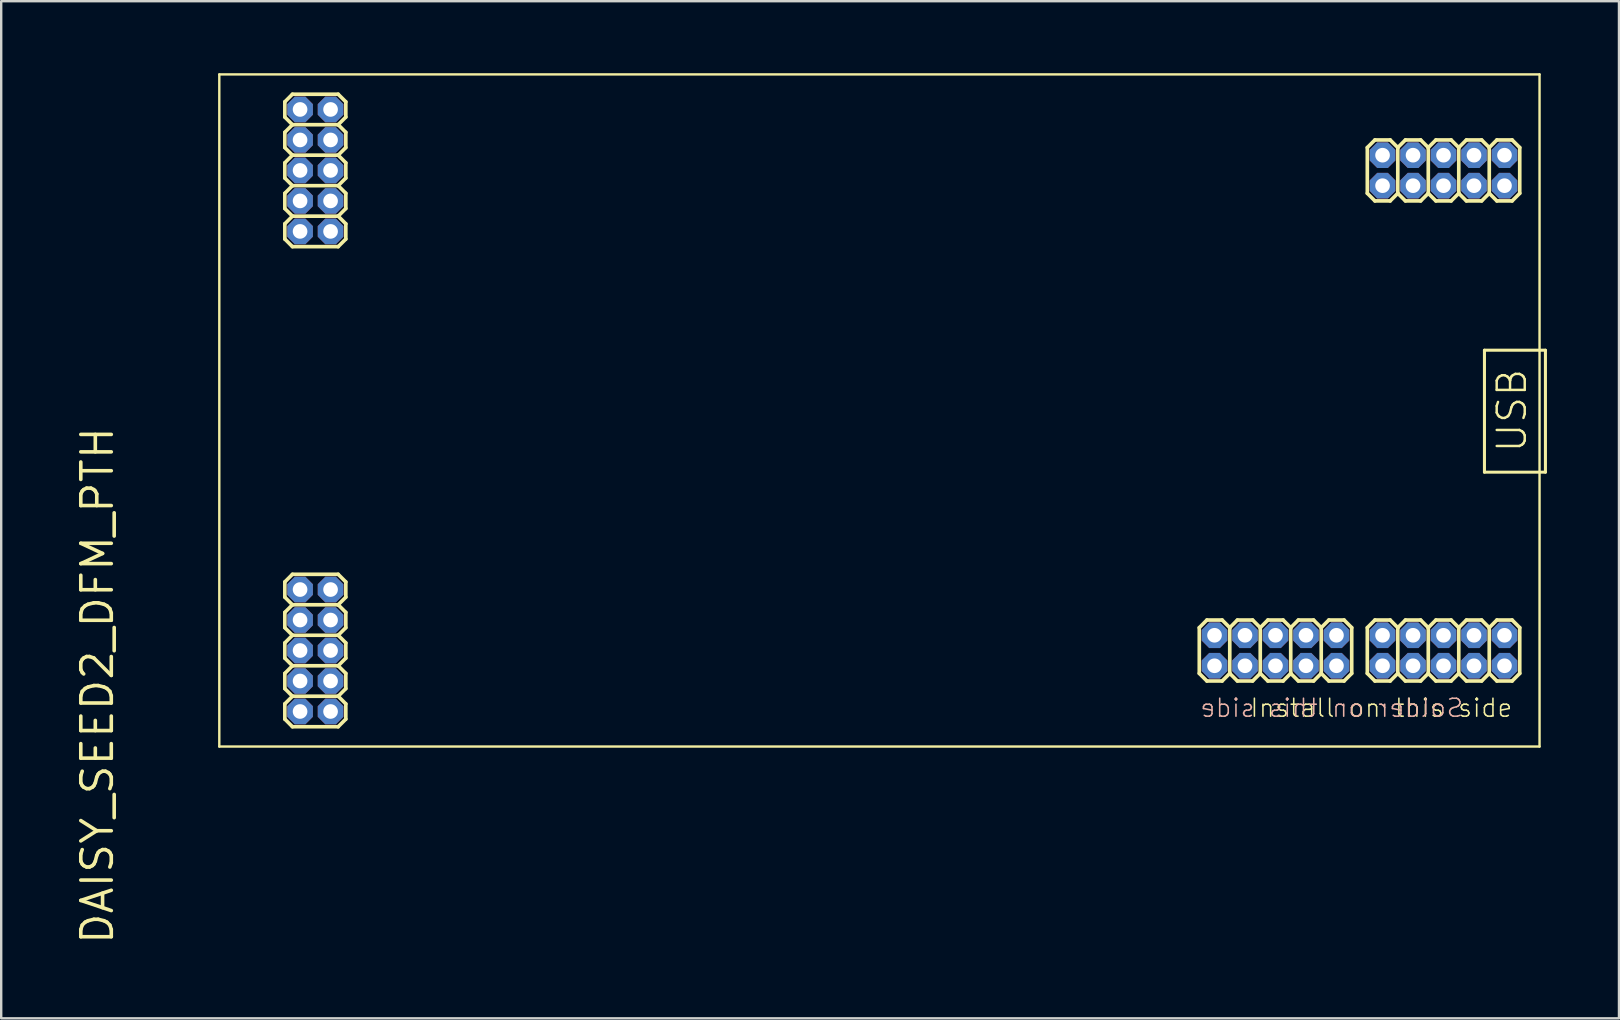
<source format=kicad_pcb>
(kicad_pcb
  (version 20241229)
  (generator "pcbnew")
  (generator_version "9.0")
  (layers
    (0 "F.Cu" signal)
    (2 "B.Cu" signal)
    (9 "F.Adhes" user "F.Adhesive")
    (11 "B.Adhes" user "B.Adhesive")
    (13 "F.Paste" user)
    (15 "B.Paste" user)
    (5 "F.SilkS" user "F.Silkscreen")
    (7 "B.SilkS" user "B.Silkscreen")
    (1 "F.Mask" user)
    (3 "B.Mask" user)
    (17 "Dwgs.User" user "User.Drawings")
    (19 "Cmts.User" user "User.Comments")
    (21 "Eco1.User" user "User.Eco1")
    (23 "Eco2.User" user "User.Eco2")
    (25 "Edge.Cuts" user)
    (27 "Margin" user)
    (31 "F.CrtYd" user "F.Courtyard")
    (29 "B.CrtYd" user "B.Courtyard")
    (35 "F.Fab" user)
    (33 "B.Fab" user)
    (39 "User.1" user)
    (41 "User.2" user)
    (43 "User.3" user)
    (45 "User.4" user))
  (footprint "DAISY_SEED2_DFM_PTH"
    (layer "F.Cu")
    (at 6.086 28.05)
    (property "Reference" "DAISY_SEED2_DFM_PTH" (at -5.08 -2.54 90) (unlocked yes) (layer "F.SilkS") (effects (font (size 1.27 1.27) (thickness 0.15))))
    (fp_line (start 0 -28) (end 55 -28) (stroke (width 0.1) (type solid)) (layer "F.SilkS"))
    (fp_line (start 0 0) (end 0 -28) (stroke (width 0.1) (type solid)) (layer "F.SilkS"))
    (fp_line (start 2.73 -26.858) (end 2.73 -26.223) (stroke (width 0.152) (type solid)) (layer "F.SilkS"))
    (fp_line (start 2.73 -26.223) (end 3.047 -25.905) (stroke (width 0.152) (type solid)) (layer "F.SilkS"))
    (fp_line (start 2.73 -25.587) (end 2.73 -24.953) (stroke (width 0.152) (type solid)) (layer "F.SilkS"))
    (fp_line (start 2.73 -24.953) (end 3.047 -24.635) (stroke (width 0.152) (type solid)) (layer "F.SilkS"))
    (fp_line (start 2.73 -24.317) (end 2.73 -23.683) (stroke (width 0.152) (type solid)) (layer "F.SilkS"))
    (fp_line (start 2.73 -23.683) (end 3.047 -23.365) (stroke (width 0.152) (type solid)) (layer "F.SilkS"))
    (fp_line (start 2.73 -23.047) (end 2.73 -22.413) (stroke (width 0.152) (type solid)) (layer "F.SilkS"))
    (fp_line (start 2.73 -22.413) (end 3.047 -22.095) (stroke (width 0.152) (type solid)) (layer "F.SilkS"))
    (fp_line (start 2.73 -21.777) (end 2.73 -21.142) (stroke (width 0.152) (type solid)) (layer "F.SilkS"))
    (fp_line (start 2.73 -21.142) (end 3.047 -20.825) (stroke (width 0.152) (type solid)) (layer "F.SilkS"))
    (fp_line (start 2.73 -6.857) (end 2.73 -6.223) (stroke (width 0.152) (type solid)) (layer "F.SilkS"))
    (fp_line (start 2.73 -6.223) (end 3.047 -5.905) (stroke (width 0.152) (type solid)) (layer "F.SilkS"))
    (fp_line (start 2.73 -5.588) (end 2.73 -4.952) (stroke (width 0.152) (type solid)) (layer "F.SilkS"))
    (fp_line (start 2.73 -4.952) (end 3.047 -4.635) (stroke (width 0.152) (type solid)) (layer "F.SilkS"))
    (fp_line (start 2.73 -4.317) (end 2.73 -3.683) (stroke (width 0.152) (type solid)) (layer "F.SilkS"))
    (fp_line (start 2.73 -3.683) (end 3.047 -3.365) (stroke (width 0.152) (type solid)) (layer "F.SilkS"))
    (fp_line (start 2.73 -3.047) (end 2.73 -2.413) (stroke (width 0.152) (type solid)) (layer "F.SilkS"))
    (fp_line (start 2.73 -2.413) (end 3.047 -2.095) (stroke (width 0.152) (type solid)) (layer "F.SilkS"))
    (fp_line (start 2.73 -1.778) (end 2.73 -1.143) (stroke (width 0.152) (type solid)) (layer "F.SilkS"))
    (fp_line (start 2.73 -1.143) (end 3.047 -0.825) (stroke (width 0.152) (type solid)) (layer "F.SilkS"))
    (fp_line (start 3.047 -27.175) (end 2.73 -26.858) (stroke (width 0.152) (type solid)) (layer "F.SilkS"))
    (fp_line (start 3.047 -25.905) (end 2.73 -25.587) (stroke (width 0.152) (type solid)) (layer "F.SilkS"))
    (fp_line (start 3.047 -25.905) (end 4.952 -25.905) (stroke (width 0.152) (type solid)) (layer "F.SilkS"))
    (fp_line (start 3.047 -24.635) (end 2.73 -24.317) (stroke (width 0.152) (type solid)) (layer "F.SilkS"))
    (fp_line (start 3.047 -24.635) (end 4.952 -24.635) (stroke (width 0.152) (type solid)) (layer "F.SilkS"))
    (fp_line (start 3.047 -23.365) (end 2.73 -23.047) (stroke (width 0.152) (type solid)) (layer "F.SilkS"))
    (fp_line (start 3.047 -23.365) (end 4.952 -23.365) (stroke (width 0.152) (type solid)) (layer "F.SilkS"))
    (fp_line (start 3.047 -22.095) (end 2.73 -21.777) (stroke (width 0.152) (type solid)) (layer "F.SilkS"))
    (fp_line (start 3.047 -22.095) (end 4.952 -22.095) (stroke (width 0.152) (type solid)) (layer "F.SilkS"))
    (fp_line (start 3.047 -20.825) (end 4.952 -20.825) (stroke (width 0.152) (type solid)) (layer "F.SilkS"))
    (fp_line (start 3.047 -7.175) (end 2.73 -6.857) (stroke (width 0.152) (type solid)) (layer "F.SilkS"))
    (fp_line (start 3.047 -5.905) (end 2.73 -5.588) (stroke (width 0.152) (type solid)) (layer "F.SilkS"))
    (fp_line (start 3.047 -5.905) (end 4.952 -5.905) (stroke (width 0.152) (type solid)) (layer "F.SilkS"))
    (fp_line (start 3.047 -4.635) (end 2.73 -4.317) (stroke (width 0.152) (type solid)) (layer "F.SilkS"))
    (fp_line (start 3.047 -4.635) (end 4.952 -4.635) (stroke (width 0.152) (type solid)) (layer "F.SilkS"))
    (fp_line (start 3.047 -3.365) (end 2.73 -3.047) (stroke (width 0.152) (type solid)) (layer "F.SilkS"))
    (fp_line (start 3.047 -3.365) (end 4.952 -3.365) (stroke (width 0.152) (type solid)) (layer "F.SilkS"))
    (fp_line (start 3.047 -2.095) (end 2.73 -1.778) (stroke (width 0.152) (type solid)) (layer "F.SilkS"))
    (fp_line (start 3.047 -2.095) (end 4.952 -2.095) (stroke (width 0.152) (type solid)) (layer "F.SilkS"))
    (fp_line (start 3.047 -0.825) (end 4.952 -0.825) (stroke (width 0.152) (type solid)) (layer "F.SilkS"))
    (fp_line (start 4.952 -27.175) (end 3.047 -27.175) (stroke (width 0.152) (type solid)) (layer "F.SilkS"))
    (fp_line (start 4.952 -27.175) (end 5.27 -26.858) (stroke (width 0.152) (type solid)) (layer "F.SilkS"))
    (fp_line (start 4.952 -25.905) (end 5.27 -25.587) (stroke (width 0.152) (type solid)) (layer "F.SilkS"))
    (fp_line (start 4.952 -24.635) (end 5.27 -24.317) (stroke (width 0.152) (type solid)) (layer "F.SilkS"))
    (fp_line (start 4.952 -23.365) (end 5.27 -23.047) (stroke (width 0.152) (type solid)) (layer "F.SilkS"))
    (fp_line (start 4.952 -22.095) (end 5.27 -21.777) (stroke (width 0.152) (type solid)) (layer "F.SilkS"))
    (fp_line (start 4.952 -7.175) (end 3.047 -7.175) (stroke (width 0.152) (type solid)) (layer "F.SilkS"))
    (fp_line (start 4.952 -7.175) (end 5.27 -6.857) (stroke (width 0.152) (type solid)) (layer "F.SilkS"))
    (fp_line (start 4.952 -5.905) (end 5.27 -5.588) (stroke (width 0.152) (type solid)) (layer "F.SilkS"))
    (fp_line (start 4.952 -4.635) (end 5.27 -4.317) (stroke (width 0.152) (type solid)) (layer "F.SilkS"))
    (fp_line (start 4.952 -3.365) (end 5.27 -3.047) (stroke (width 0.152) (type solid)) (layer "F.SilkS"))
    (fp_line (start 4.952 -2.095) (end 5.27 -1.778) (stroke (width 0.152) (type solid)) (layer "F.SilkS"))
    (fp_line (start 5.27 -26.858) (end 5.27 -26.223) (stroke (width 0.152) (type solid)) (layer "F.SilkS"))
    (fp_line (start 5.27 -26.223) (end 4.952 -25.905) (stroke (width 0.152) (type solid)) (layer "F.SilkS"))
    (fp_line (start 5.27 -25.587) (end 5.27 -24.953) (stroke (width 0.152) (type solid)) (layer "F.SilkS"))
    (fp_line (start 5.27 -24.953) (end 4.952 -24.635) (stroke (width 0.152) (type solid)) (layer "F.SilkS"))
    (fp_line (start 5.27 -24.317) (end 5.27 -23.683) (stroke (width 0.152) (type solid)) (layer "F.SilkS"))
    (fp_line (start 5.27 -23.683) (end 4.952 -23.365) (stroke (width 0.152) (type solid)) (layer "F.SilkS"))
    (fp_line (start 5.27 -23.047) (end 5.27 -22.413) (stroke (width 0.152) (type solid)) (layer "F.SilkS"))
    (fp_line (start 5.27 -22.413) (end 4.952 -22.095) (stroke (width 0.152) (type solid)) (layer "F.SilkS"))
    (fp_line (start 5.27 -21.777) (end 5.27 -21.142) (stroke (width 0.152) (type solid)) (layer "F.SilkS"))
    (fp_line (start 5.27 -21.142) (end 4.952 -20.825) (stroke (width 0.152) (type solid)) (layer "F.SilkS"))
    (fp_line (start 5.27 -6.857) (end 5.27 -6.223) (stroke (width 0.152) (type solid)) (layer "F.SilkS"))
    (fp_line (start 5.27 -6.223) (end 4.952 -5.905) (stroke (width 0.152) (type solid)) (layer "F.SilkS"))
    (fp_line (start 5.27 -5.588) (end 5.27 -4.952) (stroke (width 0.152) (type solid)) (layer "F.SilkS"))
    (fp_line (start 5.27 -4.952) (end 4.952 -4.635) (stroke (width 0.152) (type solid)) (layer "F.SilkS"))
    (fp_line (start 5.27 -4.317) (end 5.27 -3.683) (stroke (width 0.152) (type solid)) (layer "F.SilkS"))
    (fp_line (start 5.27 -3.683) (end 4.952 -3.365) (stroke (width 0.152) (type solid)) (layer "F.SilkS"))
    (fp_line (start 5.27 -3.047) (end 5.27 -2.413) (stroke (width 0.152) (type solid)) (layer "F.SilkS"))
    (fp_line (start 5.27 -2.413) (end 4.952 -2.095) (stroke (width 0.152) (type solid)) (layer "F.SilkS"))
    (fp_line (start 5.27 -1.778) (end 5.27 -1.143) (stroke (width 0.152) (type solid)) (layer "F.SilkS"))
    (fp_line (start 5.27 -1.143) (end 4.952 -0.825) (stroke (width 0.152) (type solid)) (layer "F.SilkS"))
    (fp_line (start 40.825 -4.952) (end 40.825 -3.047) (stroke (width 0.152) (type solid)) (layer "F.SilkS"))
    (fp_line (start 41.142 -5.27) (end 40.825 -4.952) (stroke (width 0.152) (type solid)) (layer "F.SilkS"))
    (fp_line (start 41.142 -2.73) (end 40.825 -3.047) (stroke (width 0.152) (type solid)) (layer "F.SilkS"))
    (fp_line (start 41.778 -5.27) (end 41.142 -5.27) (stroke (width 0.152) (type solid)) (layer "F.SilkS"))
    (fp_line (start 41.778 -2.73) (end 41.142 -2.73) (stroke (width 0.152) (type solid)) (layer "F.SilkS"))
    (fp_line (start 42.095 -4.952) (end 41.778 -5.27) (stroke (width 0.152) (type solid)) (layer "F.SilkS"))
    (fp_line (start 42.095 -4.952) (end 42.095 -3.047) (stroke (width 0.152) (type solid)) (layer "F.SilkS"))
    (fp_line (start 42.095 -3.047) (end 41.778 -2.73) (stroke (width 0.152) (type solid)) (layer "F.SilkS"))
    (fp_line (start 42.413 -5.27) (end 42.095 -4.952) (stroke (width 0.152) (type solid)) (layer "F.SilkS"))
    (fp_line (start 42.413 -2.73) (end 42.095 -3.047) (stroke (width 0.152) (type solid)) (layer "F.SilkS"))
    (fp_line (start 43.047 -5.27) (end 42.413 -5.27) (stroke (width 0.152) (type solid)) (layer "F.SilkS"))
    (fp_line (start 43.047 -2.73) (end 42.413 -2.73) (stroke (width 0.152) (type solid)) (layer "F.SilkS"))
    (fp_line (start 43.365 -4.952) (end 43.047 -5.27) (stroke (width 0.152) (type solid)) (layer "F.SilkS"))
    (fp_line (start 43.365 -4.952) (end 43.365 -3.047) (stroke (width 0.152) (type solid)) (layer "F.SilkS"))
    (fp_line (start 43.365 -3.047) (end 43.047 -2.73) (stroke (width 0.152) (type solid)) (layer "F.SilkS"))
    (fp_line (start 43.682 -5.27) (end 43.365 -4.952) (stroke (width 0.152) (type solid)) (layer "F.SilkS"))
    (fp_line (start 43.682 -2.73) (end 43.365 -3.047) (stroke (width 0.152) (type solid)) (layer "F.SilkS"))
    (fp_line (start 44.318 -5.27) (end 43.682 -5.27) (stroke (width 0.152) (type solid)) (layer "F.SilkS"))
    (fp_line (start 44.318 -2.73) (end 43.682 -2.73) (stroke (width 0.152) (type solid)) (layer "F.SilkS"))
    (fp_line (start 44.635 -4.952) (end 44.318 -5.27) (stroke (width 0.152) (type solid)) (layer "F.SilkS"))
    (fp_line (start 44.635 -4.952) (end 44.635 -3.047) (stroke (width 0.152) (type solid)) (layer "F.SilkS"))
    (fp_line (start 44.635 -3.047) (end 44.318 -2.73) (stroke (width 0.152) (type solid)) (layer "F.SilkS"))
    (fp_line (start 44.953 -5.27) (end 44.635 -4.952) (stroke (width 0.152) (type solid)) (layer "F.SilkS"))
    (fp_line (start 44.953 -2.73) (end 44.635 -3.047) (stroke (width 0.152) (type solid)) (layer "F.SilkS"))
    (fp_line (start 45.587 -5.27) (end 44.953 -5.27) (stroke (width 0.152) (type solid)) (layer "F.SilkS"))
    (fp_line (start 45.587 -2.73) (end 44.953 -2.73) (stroke (width 0.152) (type solid)) (layer "F.SilkS"))
    (fp_line (start 45.905 -4.952) (end 45.587 -5.27) (stroke (width 0.152) (type solid)) (layer "F.SilkS"))
    (fp_line (start 45.905 -4.952) (end 45.905 -3.047) (stroke (width 0.152) (type solid)) (layer "F.SilkS"))
    (fp_line (start 45.905 -3.047) (end 45.587 -2.73) (stroke (width 0.152) (type solid)) (layer "F.SilkS"))
    (fp_line (start 46.222 -5.27) (end 45.905 -4.952) (stroke (width 0.152) (type solid)) (layer "F.SilkS"))
    (fp_line (start 46.222 -2.73) (end 45.905 -3.047) (stroke (width 0.152) (type solid)) (layer "F.SilkS"))
    (fp_line (start 46.858 -5.27) (end 46.222 -5.27) (stroke (width 0.152) (type solid)) (layer "F.SilkS"))
    (fp_line (start 46.858 -2.73) (end 46.222 -2.73) (stroke (width 0.152) (type solid)) (layer "F.SilkS"))
    (fp_line (start 47.175 -4.952) (end 46.858 -5.27) (stroke (width 0.152) (type solid)) (layer "F.SilkS"))
    (fp_line (start 47.175 -3.047) (end 46.858 -2.73) (stroke (width 0.152) (type solid)) (layer "F.SilkS"))
    (fp_line (start 47.175 -3.047) (end 47.175 -4.952) (stroke (width 0.152) (type solid)) (layer "F.SilkS"))
    (fp_line (start 47.825 -24.953) (end 47.825 -23.047) (stroke (width 0.152) (type solid)) (layer "F.SilkS"))
    (fp_line (start 47.825 -4.952) (end 47.825 -3.047) (stroke (width 0.152) (type solid)) (layer "F.SilkS"))
    (fp_line (start 48.142 -25.27) (end 47.825 -24.953) (stroke (width 0.152) (type solid)) (layer "F.SilkS"))
    (fp_line (start 48.142 -22.73) (end 47.825 -23.047) (stroke (width 0.152) (type solid)) (layer "F.SilkS"))
    (fp_line (start 48.142 -5.27) (end 47.825 -4.952) (stroke (width 0.152) (type solid)) (layer "F.SilkS"))
    (fp_line (start 48.142 -2.73) (end 47.825 -3.047) (stroke (width 0.152) (type solid)) (layer "F.SilkS"))
    (fp_line (start 48.778 -25.27) (end 48.142 -25.27) (stroke (width 0.152) (type solid)) (layer "F.SilkS"))
    (fp_line (start 48.778 -22.73) (end 48.142 -22.73) (stroke (width 0.152) (type solid)) (layer "F.SilkS"))
    (fp_line (start 48.778 -5.27) (end 48.142 -5.27) (stroke (width 0.152) (type solid)) (layer "F.SilkS"))
    (fp_line (start 48.778 -2.73) (end 48.142 -2.73) (stroke (width 0.152) (type solid)) (layer "F.SilkS"))
    (fp_line (start 49.095 -24.953) (end 48.778 -25.27) (stroke (width 0.152) (type solid)) (layer "F.SilkS"))
    (fp_line (start 49.095 -24.953) (end 49.095 -23.047) (stroke (width 0.152) (type solid)) (layer "F.SilkS"))
    (fp_line (start 49.095 -23.047) (end 48.778 -22.73) (stroke (width 0.152) (type solid)) (layer "F.SilkS"))
    (fp_line (start 49.095 -4.952) (end 48.778 -5.27) (stroke (width 0.152) (type solid)) (layer "F.SilkS"))
    (fp_line (start 49.095 -4.952) (end 49.095 -3.047) (stroke (width 0.152) (type solid)) (layer "F.SilkS"))
    (fp_line (start 49.095 -3.047) (end 48.778 -2.73) (stroke (width 0.152) (type solid)) (layer "F.SilkS"))
    (fp_line (start 49.413 -25.27) (end 49.095 -24.953) (stroke (width 0.152) (type solid)) (layer "F.SilkS"))
    (fp_line (start 49.413 -22.73) (end 49.095 -23.047) (stroke (width 0.152) (type solid)) (layer "F.SilkS"))
    (fp_line (start 49.413 -5.27) (end 49.095 -4.952) (stroke (width 0.152) (type solid)) (layer "F.SilkS"))
    (fp_line (start 49.413 -2.73) (end 49.095 -3.047) (stroke (width 0.152) (type solid)) (layer "F.SilkS"))
    (fp_line (start 50.047 -25.27) (end 49.413 -25.27) (stroke (width 0.152) (type solid)) (layer "F.SilkS"))
    (fp_line (start 50.047 -22.73) (end 49.413 -22.73) (stroke (width 0.152) (type solid)) (layer "F.SilkS"))
    (fp_line (start 50.047 -5.27) (end 49.413 -5.27) (stroke (width 0.152) (type solid)) (layer "F.SilkS"))
    (fp_line (start 50.047 -2.73) (end 49.413 -2.73) (stroke (width 0.152) (type solid)) (layer "F.SilkS"))
    (fp_line (start 50.365 -24.953) (end 50.047 -25.27) (stroke (width 0.152) (type solid)) (layer "F.SilkS"))
    (fp_line (start 50.365 -24.953) (end 50.365 -23.047) (stroke (width 0.152) (type solid)) (layer "F.SilkS"))
    (fp_line (start 50.365 -23.047) (end 50.047 -22.73) (stroke (width 0.152) (type solid)) (layer "F.SilkS"))
    (fp_line (start 50.365 -4.952) (end 50.047 -5.27) (stroke (width 0.152) (type solid)) (layer "F.SilkS"))
    (fp_line (start 50.365 -4.952) (end 50.365 -3.047) (stroke (width 0.152) (type solid)) (layer "F.SilkS"))
    (fp_line (start 50.365 -3.047) (end 50.047 -2.73) (stroke (width 0.152) (type solid)) (layer "F.SilkS"))
    (fp_line (start 50.682 -25.27) (end 50.365 -24.953) (stroke (width 0.152) (type solid)) (layer "F.SilkS"))
    (fp_line (start 50.682 -22.73) (end 50.365 -23.047) (stroke (width 0.152) (type solid)) (layer "F.SilkS"))
    (fp_line (start 50.682 -5.27) (end 50.365 -4.952) (stroke (width 0.152) (type solid)) (layer "F.SilkS"))
    (fp_line (start 50.682 -2.73) (end 50.365 -3.047) (stroke (width 0.152) (type solid)) (layer "F.SilkS"))
    (fp_line (start 51.318 -25.27) (end 50.682 -25.27) (stroke (width 0.152) (type solid)) (layer "F.SilkS"))
    (fp_line (start 51.318 -22.73) (end 50.682 -22.73) (stroke (width 0.152) (type solid)) (layer "F.SilkS"))
    (fp_line (start 51.318 -5.27) (end 50.682 -5.27) (stroke (width 0.152) (type solid)) (layer "F.SilkS"))
    (fp_line (start 51.318 -2.73) (end 50.682 -2.73) (stroke (width 0.152) (type solid)) (layer "F.SilkS"))
    (fp_line (start 51.635 -24.953) (end 51.318 -25.27) (stroke (width 0.152) (type solid)) (layer "F.SilkS"))
    (fp_line (start 51.635 -24.953) (end 51.635 -23.047) (stroke (width 0.152) (type solid)) (layer "F.SilkS"))
    (fp_line (start 51.635 -23.047) (end 51.318 -22.73) (stroke (width 0.152) (type solid)) (layer "F.SilkS"))
    (fp_line (start 51.635 -4.952) (end 51.318 -5.27) (stroke (width 0.152) (type solid)) (layer "F.SilkS"))
    (fp_line (start 51.635 -4.952) (end 51.635 -3.047) (stroke (width 0.152) (type solid)) (layer "F.SilkS"))
    (fp_line (start 51.635 -3.047) (end 51.318 -2.73) (stroke (width 0.152) (type solid)) (layer "F.SilkS"))
    (fp_line (start 51.953 -25.27) (end 51.635 -24.953) (stroke (width 0.152) (type solid)) (layer "F.SilkS"))
    (fp_line (start 51.953 -22.73) (end 51.635 -23.047) (stroke (width 0.152) (type solid)) (layer "F.SilkS"))
    (fp_line (start 51.953 -5.27) (end 51.635 -4.952) (stroke (width 0.152) (type solid)) (layer "F.SilkS"))
    (fp_line (start 51.953 -2.73) (end 51.635 -3.047) (stroke (width 0.152) (type solid)) (layer "F.SilkS"))
    (fp_line (start 52.587 -25.27) (end 51.953 -25.27) (stroke (width 0.152) (type solid)) (layer "F.SilkS"))
    (fp_line (start 52.587 -22.73) (end 51.953 -22.73) (stroke (width 0.152) (type solid)) (layer "F.SilkS"))
    (fp_line (start 52.587 -5.27) (end 51.953 -5.27) (stroke (width 0.152) (type solid)) (layer "F.SilkS"))
    (fp_line (start 52.587 -2.73) (end 51.953 -2.73) (stroke (width 0.152) (type solid)) (layer "F.SilkS"))
    (fp_line (start 52.705 -16.51) (end 52.705 -11.43) (stroke (width 0.127) (type solid)) (layer "F.SilkS"))
    (fp_line (start 52.705 -11.43) (end 55.245 -11.43) (stroke (width 0.127) (type solid)) (layer "F.SilkS"))
    (fp_line (start 52.905 -24.953) (end 52.587 -25.27) (stroke (width 0.152) (type solid)) (layer "F.SilkS"))
    (fp_line (start 52.905 -24.953) (end 52.905 -23.047) (stroke (width 0.152) (type solid)) (layer "F.SilkS"))
    (fp_line (start 52.905 -23.047) (end 52.587 -22.73) (stroke (width 0.152) (type solid)) (layer "F.SilkS"))
    (fp_line (start 52.905 -4.952) (end 52.587 -5.27) (stroke (width 0.152) (type solid)) (layer "F.SilkS"))
    (fp_line (start 52.905 -4.952) (end 52.905 -3.047) (stroke (width 0.152) (type solid)) (layer "F.SilkS"))
    (fp_line (start 52.905 -3.047) (end 52.587 -2.73) (stroke (width 0.152) (type solid)) (layer "F.SilkS"))
    (fp_line (start 53.222 -25.27) (end 52.905 -24.953) (stroke (width 0.152) (type solid)) (layer "F.SilkS"))
    (fp_line (start 53.222 -22.73) (end 52.905 -23.047) (stroke (width 0.152) (type solid)) (layer "F.SilkS"))
    (fp_line (start 53.222 -5.27) (end 52.905 -4.952) (stroke (width 0.152) (type solid)) (layer "F.SilkS"))
    (fp_line (start 53.222 -2.73) (end 52.905 -3.047) (stroke (width 0.152) (type solid)) (layer "F.SilkS"))
    (fp_line (start 53.858 -25.27) (end 53.222 -25.27) (stroke (width 0.152) (type solid)) (layer "F.SilkS"))
    (fp_line (start 53.858 -22.73) (end 53.222 -22.73) (stroke (width 0.152) (type solid)) (layer "F.SilkS"))
    (fp_line (start 53.858 -5.27) (end 53.222 -5.27) (stroke (width 0.152) (type solid)) (layer "F.SilkS"))
    (fp_line (start 53.858 -2.73) (end 53.222 -2.73) (stroke (width 0.152) (type solid)) (layer "F.SilkS"))
    (fp_line (start 54.175 -24.953) (end 53.858 -25.27) (stroke (width 0.152) (type solid)) (layer "F.SilkS"))
    (fp_line (start 54.175 -23.047) (end 53.858 -22.73) (stroke (width 0.152) (type solid)) (layer "F.SilkS"))
    (fp_line (start 54.175 -23.047) (end 54.175 -24.953) (stroke (width 0.152) (type solid)) (layer "F.SilkS"))
    (fp_line (start 54.175 -4.952) (end 53.858 -5.27) (stroke (width 0.152) (type solid)) (layer "F.SilkS"))
    (fp_line (start 54.175 -3.047) (end 53.858 -2.73) (stroke (width 0.152) (type solid)) (layer "F.SilkS"))
    (fp_line (start 54.175 -3.047) (end 54.175 -4.952) (stroke (width 0.152) (type solid)) (layer "F.SilkS"))
    (fp_line (start 55 -28) (end 55 0) (stroke (width 0.1) (type solid)) (layer "F.SilkS"))
    (fp_line (start 55 0) (end 0 0) (stroke (width 0.1) (type solid)) (layer "F.SilkS"))
    (fp_line (start 55.245 -16.51) (end 52.705 -16.51) (stroke (width 0.127) (type solid)) (layer "F.SilkS"))
    (fp_line (start 55.245 -11.43) (end 55.245 -16.51) (stroke (width 0.127) (type solid)) (layer "F.SilkS"))
    (fp_text user "Install on this side" (at 42.9 -1.17 0) (unlocked yes) (layer "F.SilkS") (effects (font (size 0.748 0.748) (thickness 0.065)) (justify left bottom)))
    (fp_text user "USB" (at 53.848 -13.995 90) (unlocked yes) (layer "F.SilkS") (effects (font (size 1.168 1.168) (thickness 0.102))))
    (fp_text user "Solder on this side" (at 51.87 -1.17 0) (unlocked yes) (layer "B.SilkS") (effects (font (size 0.748 0.748) (thickness 0.065)) (justify left bottom mirror)))
    (pad "A1" thru_hole roundrect (at 53.54 -3.365 180) (size 1.067 1.067) (drill 0.61) (layers "*.Cu" "*.Mask") (roundrect_rratio 0.25) (chamfer_ratio 0.293) (chamfer top_left top_right bottom_left bottom_right))
    (pad "A2" thru_hole roundrect (at 52.27 -3.365 180) (size 1.067 1.067) (drill 0.61) (layers "*.Cu" "*.Mask") (roundrect_rratio 0.25) (chamfer_ratio 0.293) (chamfer top_left top_right bottom_left bottom_right))
    (pad "A3" thru_hole roundrect (at 51 -3.365 180) (size 1.067 1.067) (drill 0.61) (layers "*.Cu" "*.Mask") (roundrect_rratio 0.25) (chamfer_ratio 0.293) (chamfer top_left top_right bottom_left bottom_right))
    (pad "A4" thru_hole roundrect (at 49.73 -3.365 180) (size 1.067 1.067) (drill 0.61) (layers "*.Cu" "*.Mask") (roundrect_rratio 0.25) (chamfer_ratio 0.293) (chamfer top_left top_right bottom_left bottom_right))
    (pad "A5" thru_hole roundrect (at 48.46 -3.365 180) (size 1.067 1.067) (drill 0.61) (layers "*.Cu" "*.Mask") (roundrect_rratio 0.25) (chamfer_ratio 0.293) (chamfer top_left top_right bottom_left bottom_right))
    (pad "A6" thru_hole roundrect (at 48.46 -4.635 180) (size 1.067 1.067) (drill 0.61) (layers "*.Cu" "*.Mask") (roundrect_rratio 0.25) (chamfer_ratio 0.293) (chamfer top_left top_right bottom_left bottom_right))
    (pad "A7" thru_hole roundrect (at 49.73 -4.635 180) (size 1.067 1.067) (drill 0.61) (layers "*.Cu" "*.Mask") (roundrect_rratio 0.25) (chamfer_ratio 0.293) (chamfer top_left top_right bottom_left bottom_right))
    (pad "A8" thru_hole roundrect (at 51 -4.635 180) (size 1.067 1.067) (drill 0.61) (layers "*.Cu" "*.Mask") (roundrect_rratio 0.25) (chamfer_ratio 0.293) (chamfer top_left top_right bottom_left bottom_right))
    (pad "A9" thru_hole roundrect (at 52.27 -4.635 180) (size 1.067 1.067) (drill 0.61) (layers "*.Cu" "*.Mask") (roundrect_rratio 0.25) (chamfer_ratio 0.293) (chamfer top_left top_right bottom_left bottom_right))
    (pad "A10" thru_hole roundrect (at 53.54 -4.635 180) (size 1.067 1.067) (drill 0.61) (layers "*.Cu" "*.Mask") (roundrect_rratio 0.25) (chamfer_ratio 0.293) (chamfer top_left top_right bottom_left bottom_right))
    (pad "B1" thru_hole roundrect (at 46.54 -3.365 180) (size 1.067 1.067) (drill 0.61) (layers "*.Cu" "*.Mask") (roundrect_rratio 0.25) (chamfer_ratio 0.293) (chamfer top_left top_right bottom_left bottom_right))
    (pad "B2" thru_hole roundrect (at 45.27 -3.365 180) (size 1.067 1.067) (drill 0.61) (layers "*.Cu" "*.Mask") (roundrect_rratio 0.25) (chamfer_ratio 0.293) (chamfer top_left top_right bottom_left bottom_right))
    (pad "B3" thru_hole roundrect (at 44 -3.365 180) (size 1.067 1.067) (drill 0.61) (layers "*.Cu" "*.Mask") (roundrect_rratio 0.25) (chamfer_ratio 0.293) (chamfer top_left top_right bottom_left bottom_right))
    (pad "B4" thru_hole roundrect (at 42.73 -3.365 180) (size 1.067 1.067) (drill 0.61) (layers "*.Cu" "*.Mask") (roundrect_rratio 0.25) (chamfer_ratio 0.293) (chamfer top_left top_right bottom_left bottom_right))
    (pad "B5" thru_hole roundrect (at 41.46 -3.365 180) (size 1.067 1.067) (drill 0.61) (layers "*.Cu" "*.Mask") (roundrect_rratio 0.25) (chamfer_ratio 0.293) (chamfer top_left top_right bottom_left bottom_right))
    (pad "B6" thru_hole roundrect (at 41.46 -4.635 180) (size 1.067 1.067) (drill 0.61) (layers "*.Cu" "*.Mask") (roundrect_rratio 0.25) (chamfer_ratio 0.293) (chamfer top_left top_right bottom_left bottom_right))
    (pad "B7" thru_hole roundrect (at 42.73 -4.635 180) (size 1.067 1.067) (drill 0.61) (layers "*.Cu" "*.Mask") (roundrect_rratio 0.25) (chamfer_ratio 0.293) (chamfer top_left top_right bottom_left bottom_right))
    (pad "B8" thru_hole roundrect (at 44 -4.635 180) (size 1.067 1.067) (drill 0.61) (layers "*.Cu" "*.Mask") (roundrect_rratio 0.25) (chamfer_ratio 0.293) (chamfer top_left top_right bottom_left bottom_right))
    (pad "B9" thru_hole roundrect (at 45.27 -4.635 180) (size 1.067 1.067) (drill 0.61) (layers "*.Cu" "*.Mask") (roundrect_rratio 0.25) (chamfer_ratio 0.293) (chamfer top_left top_right bottom_left bottom_right))
    (pad "B10" thru_hole roundrect (at 46.54 -4.635 180) (size 1.067 1.067) (drill 0.61) (layers "*.Cu" "*.Mask") (roundrect_rratio 0.25) (chamfer_ratio 0.293) (chamfer top_left top_right bottom_left bottom_right))
    (pad "C1" thru_hole roundrect (at 4.635 -6.54 270) (size 1.067 1.067) (drill 0.61) (layers "*.Cu" "*.Mask") (roundrect_rratio 0.25) (chamfer_ratio 0.293) (chamfer top_left top_right bottom_left bottom_right))
    (pad "C2" thru_hole roundrect (at 4.635 -5.27 270) (size 1.067 1.067) (drill 0.61) (layers "*.Cu" "*.Mask") (roundrect_rratio 0.25) (chamfer_ratio 0.293) (chamfer top_left top_right bottom_left bottom_right))
    (pad "C3" thru_hole roundrect (at 4.635 -4 270) (size 1.067 1.067) (drill 0.61) (layers "*.Cu" "*.Mask") (roundrect_rratio 0.25) (chamfer_ratio 0.293) (chamfer top_left top_right bottom_left bottom_right))
    (pad "C4" thru_hole roundrect (at 4.635 -2.73 270) (size 1.067 1.067) (drill 0.61) (layers "*.Cu" "*.Mask") (roundrect_rratio 0.25) (chamfer_ratio 0.293) (chamfer top_left top_right bottom_left bottom_right))
    (pad "C5" thru_hole roundrect (at 4.635 -1.46 270) (size 1.067 1.067) (drill 0.61) (layers "*.Cu" "*.Mask") (roundrect_rratio 0.25) (chamfer_ratio 0.293) (chamfer top_left top_right bottom_left bottom_right))
    (pad "C6" thru_hole roundrect (at 3.365 -1.46 270) (size 1.067 1.067) (drill 0.61) (layers "*.Cu" "*.Mask") (roundrect_rratio 0.25) (chamfer_ratio 0.293) (chamfer top_left top_right bottom_left bottom_right))
    (pad "C7" thru_hole roundrect (at 3.365 -2.73 270) (size 1.067 1.067) (drill 0.61) (layers "*.Cu" "*.Mask") (roundrect_rratio 0.25) (chamfer_ratio 0.293) (chamfer top_left top_right bottom_left bottom_right))
    (pad "C8" thru_hole roundrect (at 3.365 -4 270) (size 1.067 1.067) (drill 0.61) (layers "*.Cu" "*.Mask") (roundrect_rratio 0.25) (chamfer_ratio 0.293) (chamfer top_left top_right bottom_left bottom_right))
    (pad "C9" thru_hole roundrect (at 3.365 -5.27 270) (size 1.067 1.067) (drill 0.61) (layers "*.Cu" "*.Mask") (roundrect_rratio 0.25) (chamfer_ratio 0.293) (chamfer top_left top_right bottom_left bottom_right))
    (pad "C10" thru_hole roundrect (at 3.365 -6.54 270) (size 1.067 1.067) (drill 0.61) (layers "*.Cu" "*.Mask") (roundrect_rratio 0.25) (chamfer_ratio 0.293) (chamfer top_left top_right bottom_left bottom_right))
    (pad "D1" thru_hole roundrect (at 4.635 -26.54 270) (size 1.067 1.067) (drill 0.61) (layers "*.Cu" "*.Mask") (roundrect_rratio 0.25) (chamfer_ratio 0.293) (chamfer top_left top_right bottom_left bottom_right))
    (pad "D2" thru_hole roundrect (at 4.635 -25.27 270) (size 1.067 1.067) (drill 0.61) (layers "*.Cu" "*.Mask") (roundrect_rratio 0.25) (chamfer_ratio 0.293) (chamfer top_left top_right bottom_left bottom_right))
    (pad "D3" thru_hole roundrect (at 4.635 -24 270) (size 1.067 1.067) (drill 0.61) (layers "*.Cu" "*.Mask") (roundrect_rratio 0.25) (chamfer_ratio 0.293) (chamfer top_left top_right bottom_left bottom_right))
    (pad "D4" thru_hole roundrect (at 4.635 -22.73 270) (size 1.067 1.067) (drill 0.61) (layers "*.Cu" "*.Mask") (roundrect_rratio 0.25) (chamfer_ratio 0.293) (chamfer top_left top_right bottom_left bottom_right))
    (pad "D5" thru_hole roundrect (at 4.635 -21.46 270) (size 1.067 1.067) (drill 0.61) (layers "*.Cu" "*.Mask") (roundrect_rratio 0.25) (chamfer_ratio 0.293) (chamfer top_left top_right bottom_left bottom_right))
    (pad "D6" thru_hole roundrect (at 3.365 -21.46 270) (size 1.067 1.067) (drill 0.61) (layers "*.Cu" "*.Mask") (roundrect_rratio 0.25) (chamfer_ratio 0.293) (chamfer top_left top_right bottom_left bottom_right))
    (pad "D7" thru_hole roundrect (at 3.365 -22.73 270) (size 1.067 1.067) (drill 0.61) (layers "*.Cu" "*.Mask") (roundrect_rratio 0.25) (chamfer_ratio 0.293) (chamfer top_left top_right bottom_left bottom_right))
    (pad "D8" thru_hole roundrect (at 3.365 -24 270) (size 1.067 1.067) (drill 0.61) (layers "*.Cu" "*.Mask") (roundrect_rratio 0.25) (chamfer_ratio 0.293) (chamfer top_left top_right bottom_left bottom_right))
    (pad "D9" thru_hole roundrect (at 3.365 -25.27 270) (size 1.067 1.067) (drill 0.61) (layers "*.Cu" "*.Mask") (roundrect_rratio 0.25) (chamfer_ratio 0.293) (chamfer top_left top_right bottom_left bottom_right))
    (pad "D10" thru_hole roundrect (at 3.365 -26.54 270) (size 1.067 1.067) (drill 0.61) (layers "*.Cu" "*.Mask") (roundrect_rratio 0.25) (chamfer_ratio 0.293) (chamfer top_left top_right bottom_left bottom_right))
    (pad "E1" thru_hole roundrect (at 53.54 -23.365 180) (size 1.067 1.067) (drill 0.61) (layers "*.Cu" "*.Mask") (roundrect_rratio 0.25) (chamfer_ratio 0.293) (chamfer top_left top_right bottom_left bottom_right))
    (pad "E2" thru_hole roundrect (at 52.27 -23.365 180) (size 1.067 1.067) (drill 0.61) (layers "*.Cu" "*.Mask") (roundrect_rratio 0.25) (chamfer_ratio 0.293) (chamfer top_left top_right bottom_left bottom_right))
    (pad "E3" thru_hole roundrect (at 51 -23.365 180) (size 1.067 1.067) (drill 0.61) (layers "*.Cu" "*.Mask") (roundrect_rratio 0.25) (chamfer_ratio 0.293) (chamfer top_left top_right bottom_left bottom_right))
    (pad "E4" thru_hole roundrect (at 49.73 -23.365 180) (size 1.067 1.067) (drill 0.61) (layers "*.Cu" "*.Mask") (roundrect_rratio 0.25) (chamfer_ratio 0.293) (chamfer top_left top_right bottom_left bottom_right))
    (pad "E5" thru_hole roundrect (at 48.46 -23.365 180) (size 1.067 1.067) (drill 0.61) (layers "*.Cu" "*.Mask") (roundrect_rratio 0.25) (chamfer_ratio 0.293) (chamfer top_left top_right bottom_left bottom_right))
    (pad "E6" thru_hole roundrect (at 48.46 -24.635 180) (size 1.067 1.067) (drill 0.61) (layers "*.Cu" "*.Mask") (roundrect_rratio 0.25) (chamfer_ratio 0.293) (chamfer top_left top_right bottom_left bottom_right))
    (pad "E7" thru_hole roundrect (at 49.73 -24.635 180) (size 1.067 1.067) (drill 0.61) (layers "*.Cu" "*.Mask") (roundrect_rratio 0.25) (chamfer_ratio 0.293) (chamfer top_left top_right bottom_left bottom_right))
    (pad "E8" thru_hole roundrect (at 51 -24.635 180) (size 1.067 1.067) (drill 0.61) (layers "*.Cu" "*.Mask") (roundrect_rratio 0.25) (chamfer_ratio 0.293) (chamfer top_left top_right bottom_left bottom_right))
    (pad "E9" thru_hole roundrect (at 52.27 -24.635 180) (size 1.067 1.067) (drill 0.61) (layers "*.Cu" "*.Mask") (roundrect_rratio 0.25) (chamfer_ratio 0.293) (chamfer top_left top_right bottom_left bottom_right))
    (pad "E10" thru_hole roundrect (at 53.54 -24.635 180) (size 1.067 1.067) (drill 0.61) (layers "*.Cu" "*.Mask") (roundrect_rratio 0.25) (chamfer_ratio 0.293) (chamfer top_left top_right bottom_left bottom_right)))
  (gr_rect
    (start -3 -3)
    (end 64.395 39.373)
    (stroke (width 0.1) (type default))
    (fill no)
    (layer "Edge.Cuts")))
</source>
